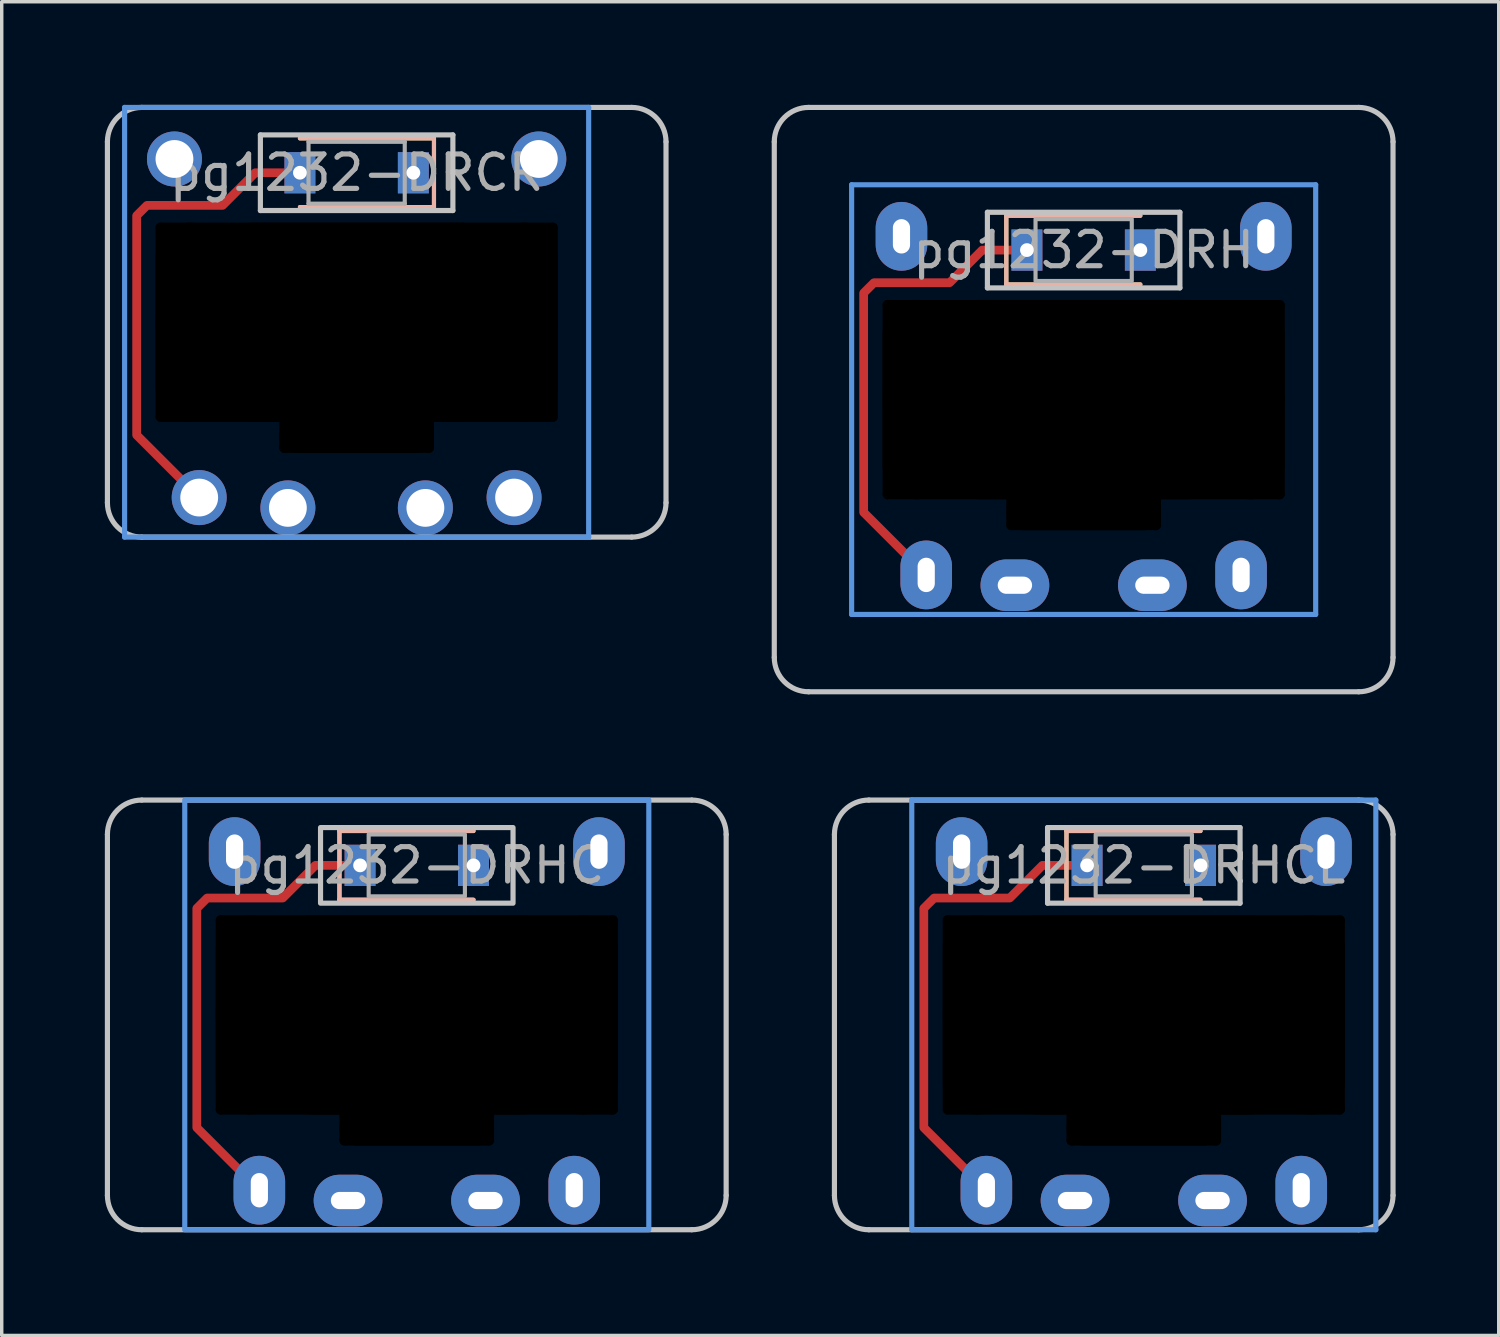
<source format=kicad_pcb>
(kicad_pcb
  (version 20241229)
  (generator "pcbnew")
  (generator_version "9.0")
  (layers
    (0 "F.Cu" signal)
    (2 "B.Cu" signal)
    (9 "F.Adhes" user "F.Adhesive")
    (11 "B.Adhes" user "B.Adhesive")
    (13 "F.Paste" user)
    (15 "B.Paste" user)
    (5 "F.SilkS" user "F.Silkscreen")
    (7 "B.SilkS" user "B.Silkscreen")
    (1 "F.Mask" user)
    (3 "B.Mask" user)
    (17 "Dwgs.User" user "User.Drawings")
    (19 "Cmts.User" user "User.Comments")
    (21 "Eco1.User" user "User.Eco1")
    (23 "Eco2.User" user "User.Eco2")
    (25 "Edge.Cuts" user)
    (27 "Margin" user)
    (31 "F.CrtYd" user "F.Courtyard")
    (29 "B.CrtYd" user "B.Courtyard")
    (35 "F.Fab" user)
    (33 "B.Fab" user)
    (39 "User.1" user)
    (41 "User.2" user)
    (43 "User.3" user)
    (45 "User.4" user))
  (footprint "pg1232-DRCR"
    (layer "F.Cu")
    (at 7.325 1.975)
    (property "Reference" "pg1232-DRCR" (at 0 0 0) (layer "F.Fab") (effects (font (size 1 1) (thickness 0.15))))
    (attr smd)
    (fp_line (start 2.25 -1) (end -1.65 -1) (stroke (width 0.12) (type solid)) (layer "F.SilkS"))
    (fp_line (start 2.25 -1) (end 2.25 1) (stroke (width 0.12) (type solid)) (layer "F.SilkS"))
    (fp_line (start 2.25 1) (end -1.65 1) (stroke (width 0.12) (type solid)) (layer "F.SilkS"))
    (fp_line (start 2.25 -1) (end -1.65 -1) (stroke (width 0.12) (type solid)) (layer "B.SilkS"))
    (fp_line (start 2.25 -1) (end 2.25 1) (stroke (width 0.12) (type solid)) (layer "B.SilkS"))
    (fp_line (start 2.25 1) (end -1.65 1) (stroke (width 0.12) (type solid)) (layer "B.SilkS"))
    (fp_line (start -7.25 9.6) (end -7.25 -0.9) (stroke (width 0.15) (type solid)) (layer "Dwgs.User"))
    (fp_line (start -6.25 -1.9) (end 8 -1.9) (stroke (width 0.15) (type solid)) (layer "Dwgs.User"))
    (fp_line (start -2.8 -1.1) (end -2.8 1.1) (stroke (width 0.15) (type solid)) (layer "Dwgs.User"))
    (fp_line (start -2.8 1.1) (end 2.8 1.1) (stroke (width 0.15) (type solid)) (layer "Dwgs.User"))
    (fp_line (start 2.8 -1.1) (end -2.8 -1.1) (stroke (width 0.15) (type solid)) (layer "Dwgs.User"))
    (fp_line (start 2.8 1.1) (end 2.8 -1.1) (stroke (width 0.15) (type solid)) (layer "Dwgs.User"))
    (fp_line (start 8 10.6) (end -6.25 10.6) (stroke (width 0.15) (type solid)) (layer "Dwgs.User"))
    (fp_line (start 9 -0.9) (end 9 9.6) (stroke (width 0.15) (type solid)) (layer "Dwgs.User"))
    (fp_arc (start -7.25 -0.9) (mid -6.957107 -1.607107) (end -6.25 -1.9) (stroke (width 0.15) (type solid)) (layer "Dwgs.User"))
    (fp_arc (start -6.25 10.6) (mid -6.957107 10.307107) (end -7.25 9.6) (stroke (width 0.15) (type solid)) (layer "Dwgs.User"))
    (fp_arc (start 8 -1.9) (mid 8.707107 -1.607107) (end 9 -0.9) (stroke (width 0.15) (type solid)) (layer "Dwgs.User"))
    (fp_arc (start 9 9.6) (mid 8.707107 10.307107) (end 8 10.6) (stroke (width 0.15) (type solid)) (layer "Dwgs.User"))
    (fp_line (start -6.75 -1.9) (end -6.75 10.6) (stroke (width 0.15) (type solid)) (layer "Cmts.User"))
    (fp_line (start -6.75 10.6) (end 6.75 10.6) (stroke (width 0.15) (type solid)) (layer "Cmts.User"))
    (fp_line (start 6.75 -1.9) (end -6.75 -1.9) (stroke (width 0.15) (type solid)) (layer "Cmts.User"))
    (fp_line (start 6.75 10.6) (end 6.75 -1.9) (stroke (width 0.15) (type solid)) (layer "Cmts.User"))
    (fp_line (start -1.4 -0.9) (end -1.4 0.9) (stroke (width 0.12) (type solid)) (layer "F.Fab"))
    (fp_line (start -1.4 0.9) (end 1.4 0.9) (stroke (width 0.12) (type solid)) (layer "F.Fab"))
    (fp_line (start 1.4 -0.9) (end -1.4 -0.9) (stroke (width 0.12) (type solid)) (layer "F.Fab"))
    (fp_line (start 1.4 0.9) (end 1.4 -0.9) (stroke (width 0.12) (type solid)) (layer "F.Fab"))
    (pad "" np_thru_hole oval (at -5.7 4.35 90) (size 5.8 0.3) (drill oval 5.8 0.3) (layers "*.Mask"))
    (pad "" thru_hole circle (at -5.3 -0.4) (size 1.6 1.6) (drill 1.1) (layers "*.Cu" "*.Mask"))
    (pad "" np_thru_hole oval (at -4.85 4.35) (size 2 5.8) (drill oval 2 5.8) (layers "*.Mask"))
    (pad "" thru_hole circle (at -4.58 9.45) (size 1.6 1.6) (drill 1.1) (layers "*.Cu" "B.Mask"))
    (pad "" np_thru_hole oval (at -2.1 7.6 90) (size 1.1 0.3) (drill oval 1.1 0.3) (layers "*.Mask"))
    (pad "" smd custom (at -1.65 0) (size 0.254 0.254) (layers "F.Cu") (options (anchor circle)) (primitives (gr_line (start -4.75 7.63) (end -2.93 9.45) (width 0.254)) (gr_line (start 0 0) (end -1.3 0) (width 0.254)) (gr_line (start -1.3 0) (end -2.25 0.95) (width 0.254)) (gr_line (start -4.75 1.25) (end -4.75 7.63) (width 0.254)) (gr_line (start -2.25 0.95) (end -4.45 0.95) (width 0.254)) (gr_line (start -4.45 0.95) (end -4.75 1.25) (width 0.254))))
    (pad "" thru_hole rect (at -1.65 0) (size 0.9 1.2) (drill 0.4) (layers "*.Cu" "*.Mask"))
    (pad "" np_thru_hole oval (at 0 1.6) (size 11.7 0.3) (drill oval 11.7 0.3) (layers "*.Mask"))
    (pad "" np_thru_hole oval (at 0 4.35) (size 11.7 5.8) (drill oval 11.7 5.8) (layers "*.Mask"))
    (pad "" np_thru_hole oval (at 0 7.1) (size 11.7 0.3) (drill oval 11.7 0.3) (layers "*.Mask"))
    (pad "" np_thru_hole oval (at 0 7.65) (size 4.5 1) (drill oval 4.5 1) (layers "*.Mask"))
    (pad "" np_thru_hole oval (at 0 8) (size 4.5 0.3) (drill oval 4.5 0.3) (layers "*.Mask"))
    (pad "" np_thru_hole oval (at 2.1 7.6 90) (size 1.1 0.3) (drill oval 1.1 0.3) (layers "*.Mask"))
    (pad "" thru_hole circle (at 4.58 9.45) (size 1.6 1.6) (drill 1.1) (layers "*.Cu" "F.Mask"))
    (pad "" np_thru_hole oval (at 4.85 4.35) (size 2 5.8) (drill oval 2 5.8) (layers "*.Mask"))
    (pad "" thru_hole circle (at 5.3 -0.4) (size 1.6 1.6) (drill 1.1) (layers "*.Cu" "*.Mask"))
    (pad "" np_thru_hole oval (at 5.7 4.35 90) (size 5.8 0.3) (drill oval 5.8 0.3) (layers "*.Mask"))
    (pad "1" thru_hole circle (at -2 9.75) (size 1.6 1.6) (drill 1.1) (layers "*.Cu" "F.Mask"))
    (pad "1" thru_hole circle (at 2 9.75) (size 1.6 1.6) (drill 1.1) (layers "*.Cu" "B.Mask"))
    (pad "2" thru_hole rect (at 1.65 0) (size 0.9 1.2) (drill 0.4) (layers "*.Cu" "*.Mask")))
  (footprint "pg1232-DRH"
    (layer "F.Cu")
    (at 28.475 4.225)
    (property "Reference" "pg1232-DRH" (at 0 0 0) (layer "F.Fab") (effects (font (size 1 1) (thickness 0.15))))
    (attr smd)
    (fp_line (start -2.25 -1) (end -2.25 1) (stroke (width 0.12) (type solid)) (layer "F.SilkS"))
    (fp_line (start -2.25 1) (end 1.65 1) (stroke (width 0.12) (type solid)) (layer "F.SilkS"))
    (fp_line (start 1.65 -1) (end -2.25 -1) (stroke (width 0.12) (type solid)) (layer "F.SilkS"))
    (fp_line (start -2.25 -1) (end -2.25 1) (stroke (width 0.12) (type solid)) (layer "B.SilkS"))
    (fp_line (start -2.25 1) (end 1.65 1) (stroke (width 0.12) (type solid)) (layer "B.SilkS"))
    (fp_line (start 1.65 -1) (end -2.25 -1) (stroke (width 0.12) (type solid)) (layer "B.SilkS"))
    (fp_line (start -9 11.85) (end -9 -3.15) (stroke (width 0.15) (type solid)) (layer "Dwgs.User"))
    (fp_line (start -8 -4.15) (end 8 -4.15) (stroke (width 0.15) (type solid)) (layer "Dwgs.User"))
    (fp_line (start -2.8 -1.1) (end -2.8 1.1) (stroke (width 0.15) (type solid)) (layer "Dwgs.User"))
    (fp_line (start -2.8 1.1) (end 2.8 1.1) (stroke (width 0.15) (type solid)) (layer "Dwgs.User"))
    (fp_line (start 2.8 -1.1) (end -2.8 -1.1) (stroke (width 0.15) (type solid)) (layer "Dwgs.User"))
    (fp_line (start 2.8 1.1) (end 2.8 -1.1) (stroke (width 0.15) (type solid)) (layer "Dwgs.User"))
    (fp_line (start 8 12.85) (end -8 12.85) (stroke (width 0.15) (type solid)) (layer "Dwgs.User"))
    (fp_line (start 9 -3.15) (end 9 11.85) (stroke (width 0.15) (type solid)) (layer "Dwgs.User"))
    (fp_arc (start -9 -3.15) (mid -8.707107 -3.857107) (end -8 -4.15) (stroke (width 0.15) (type solid)) (layer "Dwgs.User"))
    (fp_arc (start -8 12.85) (mid -8.707107 12.557107) (end -9 11.85) (stroke (width 0.15) (type solid)) (layer "Dwgs.User"))
    (fp_arc (start 8 -4.15) (mid 8.707107 -3.857107) (end 9 -3.15) (stroke (width 0.15) (type solid)) (layer "Dwgs.User"))
    (fp_arc (start 9 11.85) (mid 8.707107 12.557107) (end 8 12.85) (stroke (width 0.15) (type solid)) (layer "Dwgs.User"))
    (fp_line (start -6.75 -1.9) (end -6.75 10.6) (stroke (width 0.15) (type solid)) (layer "Cmts.User"))
    (fp_line (start -6.75 10.6) (end 6.75 10.6) (stroke (width 0.15) (type solid)) (layer "Cmts.User"))
    (fp_line (start 6.75 -1.9) (end -6.75 -1.9) (stroke (width 0.15) (type solid)) (layer "Cmts.User"))
    (fp_line (start 6.75 10.6) (end 6.75 -1.9) (stroke (width 0.15) (type solid)) (layer "Cmts.User"))
    (fp_rect (start 1.4 0.9) (end -1.4 -0.9) (stroke (width 0.12) (type solid)) (fill no) (layer "F.Fab"))
    (pad "" np_thru_hole oval (at -5.7 4.35 90) (size 5.8 0.3) (drill oval 5.8 0.3) (layers "*.Mask"))
    (pad "" np_thru_hole oval (at -4.85 4.35) (size 2 5.8) (drill oval 2 5.8) (layers "*.Mask"))
    (pad "" np_thru_hole oval (at -2.1 7.6 90) (size 1.1 0.3) (drill oval 1.1 0.3) (layers "*.Mask"))
    (pad "" np_thru_hole oval (at 0 1.6) (size 11.7 0.3) (drill oval 11.7 0.3) (layers "*.Mask"))
    (pad "" np_thru_hole oval (at 0 4.35) (size 11.7 5.8) (drill oval 11.7 5.8) (layers "*.Mask"))
    (pad "" np_thru_hole oval (at 0 7.1) (size 11.7 0.3) (drill oval 11.7 0.3) (layers "*.Mask"))
    (pad "" np_thru_hole oval (at 0 7.65) (size 4.5 1) (drill oval 4.5 1) (layers "*.Mask"))
    (pad "" np_thru_hole oval (at 0 8) (size 4.5 0.3) (drill oval 4.5 0.3) (layers "*.Mask"))
    (pad "" np_thru_hole oval (at 2.1 7.6 90) (size 1.1 0.3) (drill oval 1.1 0.3) (layers "*.Mask"))
    (pad "" np_thru_hole oval (at 4.85 4.35) (size 2 5.8) (drill oval 2 5.8) (layers "*.Mask"))
    (pad "" np_thru_hole oval (at 5.7 4.35 90) (size 5.8 0.3) (drill oval 5.8 0.3) (layers "*.Mask"))
    (pad "1" thru_hole oval (at -2 9.75) (size 2 1.5) (drill oval 1 0.5) (layers "*.Cu" "F.Mask"))
    (pad "1" thru_hole oval (at 2 9.75) (size 2 1.5) (drill oval 1 0.5) (layers "*.Cu" "B.Mask"))
    (pad "2" thru_hole rect (at 1.65 0) (size 0.9 1.2) (drill 0.4) (layers "*.Cu" "*.Mask"))
    (pad "3" thru_hole oval (at -4.58 9.45 90) (size 2 1.5) (drill oval 1 0.5) (layers "*.Cu" "B.Mask"))
    (pad "3" smd custom (at -1.65 0) (size 0.254 0.254) (layers "F.Cu") (options (anchor circle)) (primitives (gr_line (start 0 0) (end -1.3 0) (width 0.254)) (gr_line (start -1.3 0) (end -2.25 0.95) (width 0.254)) (gr_line (start -2.25 0.95) (end -4.45 0.95) (width 0.254)) (gr_line (start -4.45 0.95) (end -4.75 1.25) (width 0.254)) (gr_line (start -4.75 1.25) (end -4.75 7.63) (width 0.254)) (gr_line (start -4.75 7.63) (end -2.93 9.45) (width 0.254))))
    (pad "3" thru_hole rect (at -1.65 0) (size 0.9 1.2) (drill 0.4) (layers "*.Cu" "*.Mask"))
    (pad "3" thru_hole oval (at 4.58 9.45 90) (size 2 1.5) (drill oval 1 0.5) (layers "*.Cu" "F.Mask"))
    (pad "4" thru_hole oval (at 5.3 -0.4 90) (size 2 1.5) (drill oval 1 0.5) (layers "*.Cu" "*.Mask"))
    (pad "5" thru_hole oval (at -5.3 -0.4 90) (size 2 1.5) (drill oval 1 0.5) (layers "*.Cu" "*.Mask")))
  (footprint "pg1232-DRHCL"
    (layer "F.Cu")
    (at 30.225 22.125)
    (property "Reference" "pg1232-DRHCL" (at 0 0 0) (layer "F.Fab") (effects (font (size 1 1) (thickness 0.15))))
    (attr smd)
    (fp_line (start -2.25 -1) (end -2.25 1) (stroke (width 0.12) (type solid)) (layer "F.SilkS"))
    (fp_line (start -2.25 1) (end 1.65 1) (stroke (width 0.12) (type solid)) (layer "F.SilkS"))
    (fp_line (start 1.65 -1) (end -2.25 -1) (stroke (width 0.12) (type solid)) (layer "F.SilkS"))
    (fp_line (start -2.25 -1) (end -2.25 1) (stroke (width 0.12) (type solid)) (layer "B.SilkS"))
    (fp_line (start -2.25 1) (end 1.65 1) (stroke (width 0.12) (type solid)) (layer "B.SilkS"))
    (fp_line (start 1.65 -1) (end -2.25 -1) (stroke (width 0.12) (type solid)) (layer "B.SilkS"))
    (fp_line (start -9 9.6) (end -9 -0.9) (stroke (width 0.15) (type solid)) (layer "Dwgs.User"))
    (fp_line (start -8 -1.9) (end 6.25 -1.9) (stroke (width 0.15) (type solid)) (layer "Dwgs.User"))
    (fp_line (start -2.8 -1.1) (end -2.8 1.1) (stroke (width 0.15) (type solid)) (layer "Dwgs.User"))
    (fp_line (start -2.8 1.1) (end 2.8 1.1) (stroke (width 0.15) (type solid)) (layer "Dwgs.User"))
    (fp_line (start 2.8 -1.1) (end -2.8 -1.1) (stroke (width 0.15) (type solid)) (layer "Dwgs.User"))
    (fp_line (start 2.8 1.1) (end 2.8 -1.1) (stroke (width 0.15) (type solid)) (layer "Dwgs.User"))
    (fp_line (start 6.25 10.6) (end -8 10.6) (stroke (width 0.15) (type solid)) (layer "Dwgs.User"))
    (fp_line (start 7.25 -0.9) (end 7.25 9.6) (stroke (width 0.15) (type solid)) (layer "Dwgs.User"))
    (fp_arc (start -9 -0.9) (mid -8.707107 -1.607107) (end -8 -1.9) (stroke (width 0.15) (type solid)) (layer "Dwgs.User"))
    (fp_arc (start -8 10.6) (mid -8.707107 10.307107) (end -9 9.6) (stroke (width 0.15) (type solid)) (layer "Dwgs.User"))
    (fp_arc (start 6.25 -1.9) (mid 6.957107 -1.607107) (end 7.25 -0.9) (stroke (width 0.15) (type solid)) (layer "Dwgs.User"))
    (fp_arc (start 7.25 9.6) (mid 6.957107 10.307107) (end 6.25 10.6) (stroke (width 0.15) (type solid)) (layer "Dwgs.User"))
    (fp_line (start -6.75 -1.9) (end -6.75 10.6) (stroke (width 0.15) (type solid)) (layer "Cmts.User"))
    (fp_line (start -6.75 10.6) (end 6.75 10.6) (stroke (width 0.15) (type solid)) (layer "Cmts.User"))
    (fp_line (start 6.75 -1.9) (end -6.75 -1.9) (stroke (width 0.15) (type solid)) (layer "Cmts.User"))
    (fp_line (start 6.75 10.6) (end 6.75 -1.9) (stroke (width 0.15) (type solid)) (layer "Cmts.User"))
    (fp_rect (start 1.4 0.9) (end -1.4 -0.9) (stroke (width 0.12) (type solid)) (fill no) (layer "F.Fab"))
    (pad "" np_thru_hole oval (at -5.7 4.35 90) (size 5.8 0.3) (drill oval 5.8 0.3) (layers "*.Mask"))
    (pad "" np_thru_hole oval (at -4.85 4.35) (size 2 5.8) (drill oval 2 5.8) (layers "*.Mask"))
    (pad "" np_thru_hole oval (at -2.1 7.6 90) (size 1.1 0.3) (drill oval 1.1 0.3) (layers "*.Mask"))
    (pad "" np_thru_hole oval (at 0 1.6) (size 11.7 0.3) (drill oval 11.7 0.3) (layers "*.Mask"))
    (pad "" np_thru_hole oval (at 0 4.35) (size 11.7 5.8) (drill oval 11.7 5.8) (layers "*.Mask"))
    (pad "" np_thru_hole oval (at 0 7.1) (size 11.7 0.3) (drill oval 11.7 0.3) (layers "*.Mask"))
    (pad "" np_thru_hole oval (at 0 7.65) (size 4.5 1) (drill oval 4.5 1) (layers "*.Mask"))
    (pad "" np_thru_hole oval (at 0 8) (size 4.5 0.3) (drill oval 4.5 0.3) (layers "*.Mask"))
    (pad "" np_thru_hole oval (at 2.1 7.6 90) (size 1.1 0.3) (drill oval 1.1 0.3) (layers "*.Mask"))
    (pad "" np_thru_hole oval (at 4.85 4.35) (size 2 5.8) (drill oval 2 5.8) (layers "*.Mask"))
    (pad "" np_thru_hole oval (at 5.7 4.35 90) (size 5.8 0.3) (drill oval 5.8 0.3) (layers "*.Mask"))
    (pad "1" thru_hole oval (at -2 9.75) (size 2 1.5) (drill oval 1 0.5) (layers "*.Cu" "F.Mask"))
    (pad "1" thru_hole oval (at 2 9.75) (size 2 1.5) (drill oval 1 0.5) (layers "*.Cu" "B.Mask"))
    (pad "2" thru_hole rect (at 1.65 0) (size 0.9 1.2) (drill 0.4) (layers "*.Cu" "*.Mask"))
    (pad "3" thru_hole oval (at -4.58 9.45 90) (size 2 1.5) (drill oval 1 0.5) (layers "*.Cu" "B.Mask"))
    (pad "3" smd custom (at -1.65 0) (size 0.254 0.254) (layers "F.Cu") (options (anchor circle)) (primitives (gr_line (start 0 0) (end -1.3 0) (width 0.254)) (gr_line (start -1.3 0) (end -2.25 0.95) (width 0.254)) (gr_line (start -2.25 0.95) (end -4.45 0.95) (width 0.254)) (gr_line (start -4.45 0.95) (end -4.75 1.25) (width 0.254)) (gr_line (start -4.75 1.25) (end -4.75 7.63) (width 0.254)) (gr_line (start -4.75 7.63) (end -2.93 9.45) (width 0.254))))
    (pad "3" thru_hole rect (at -1.65 0) (size 0.9 1.2) (drill 0.4) (layers "*.Cu" "*.Mask"))
    (pad "3" thru_hole oval (at 4.58 9.45 90) (size 2 1.5) (drill oval 1 0.5) (layers "*.Cu" "F.Mask"))
    (pad "4" thru_hole oval (at 5.3 -0.4 90) (size 2 1.5) (drill oval 1 0.5) (layers "*.Cu" "*.Mask"))
    (pad "5" thru_hole oval (at -5.3 -0.4 90) (size 2 1.5) (drill oval 1 0.5) (layers "*.Cu" "*.Mask")))
  (footprint "pg1232-DRHC"
    (layer "F.Cu")
    (at 9.075 22.125)
    (property "Reference" "pg1232-DRHC" (at 0 0 0) (layer "F.Fab") (effects (font (size 1 1) (thickness 0.15))))
    (attr smd)
    (fp_line (start -2.25 -1) (end -2.25 1) (stroke (width 0.12) (type solid)) (layer "F.SilkS"))
    (fp_line (start -2.25 1) (end 1.65 1) (stroke (width 0.12) (type solid)) (layer "F.SilkS"))
    (fp_line (start 1.65 -1) (end -2.25 -1) (stroke (width 0.12) (type solid)) (layer "F.SilkS"))
    (fp_line (start -2.25 -1) (end -2.25 1) (stroke (width 0.12) (type solid)) (layer "B.SilkS"))
    (fp_line (start -2.25 1) (end 1.65 1) (stroke (width 0.12) (type solid)) (layer "B.SilkS"))
    (fp_line (start 1.65 -1) (end -2.25 -1) (stroke (width 0.12) (type solid)) (layer "B.SilkS"))
    (fp_line (start -9 9.6) (end -9 -0.9) (stroke (width 0.15) (type solid)) (layer "Dwgs.User"))
    (fp_line (start -8 -1.9) (end 8 -1.9) (stroke (width 0.15) (type solid)) (layer "Dwgs.User"))
    (fp_line (start 8 10.6) (end -8 10.6) (stroke (width 0.15) (type solid)) (layer "Dwgs.User"))
    (fp_line (start 9 -0.9) (end 9 9.6) (stroke (width 0.15) (type solid)) (layer "Dwgs.User"))
    (fp_rect (start 2.8 1.1) (end -2.8 -1.1) (stroke (width 0.15) (type solid)) (fill no) (layer "Dwgs.User"))
    (fp_arc (start -9 -0.9) (mid -8.707107 -1.607107) (end -8 -1.9) (stroke (width 0.15) (type solid)) (layer "Dwgs.User"))
    (fp_arc (start -8 10.6) (mid -8.707107 10.307107) (end -9 9.6) (stroke (width 0.15) (type solid)) (layer "Dwgs.User"))
    (fp_arc (start 8 -1.9) (mid 8.707107 -1.607107) (end 9 -0.9) (stroke (width 0.15) (type solid)) (layer "Dwgs.User"))
    (fp_arc (start 9 9.6) (mid 8.707107 10.307107) (end 8 10.6) (stroke (width 0.15) (type solid)) (layer "Dwgs.User"))
    (fp_rect (start 6.75 10.6) (end -6.75 -1.9) (stroke (width 0.15) (type solid)) (fill no) (layer "Cmts.User"))
    (fp_rect (start 1.4 0.9) (end -1.4 -0.9) (stroke (width 0.12) (type solid)) (fill no) (layer "F.Fab"))
    (pad "" np_thru_hole oval (at -5.7 4.35 90) (size 5.8 0.3) (drill oval 5.8 0.3) (layers "*.Mask"))
    (pad "" np_thru_hole oval (at -4.85 4.35) (size 2 5.8) (drill oval 2 5.8) (layers "*.Mask"))
    (pad "" np_thru_hole oval (at -2.1 7.6 90) (size 1.1 0.3) (drill oval 1.1 0.3) (layers "*.Mask"))
    (pad "" np_thru_hole oval (at 0 1.6) (size 11.7 0.3) (drill oval 11.7 0.3) (layers "*.Mask"))
    (pad "" np_thru_hole oval (at 0 4.35) (size 11.7 5.8) (drill oval 11.7 5.8) (layers "*.Mask"))
    (pad "" np_thru_hole oval (at 0 7.1) (size 11.7 0.3) (drill oval 11.7 0.3) (layers "*.Mask"))
    (pad "" np_thru_hole oval (at 0 7.65) (size 4.5 1) (drill oval 4.5 1) (layers "*.Mask"))
    (pad "" np_thru_hole oval (at 0 8) (size 4.5 0.3) (drill oval 4.5 0.3) (layers "*.Mask"))
    (pad "" np_thru_hole oval (at 2.1 7.6 90) (size 1.1 0.3) (drill oval 1.1 0.3) (layers "*.Mask"))
    (pad "" np_thru_hole oval (at 4.85 4.35) (size 2 5.8) (drill oval 2 5.8) (layers "*.Mask"))
    (pad "" np_thru_hole oval (at 5.7 4.35 90) (size 5.8 0.3) (drill oval 5.8 0.3) (layers "*.Mask"))
    (pad "1" thru_hole oval (at -2 9.75) (size 2 1.5) (drill oval 1 0.5) (layers "*.Cu" "F.Mask"))
    (pad "1" thru_hole oval (at 2 9.75) (size 2 1.5) (drill oval 1 0.5) (layers "*.Cu" "B.Mask"))
    (pad "2" thru_hole rect (at 1.65 0) (size 0.9 1.2) (drill 0.4) (layers "*.Cu" "*.Mask"))
    (pad "3" thru_hole oval (at -4.58 9.45 90) (size 2 1.5) (drill oval 1 0.5) (layers "*.Cu" "B.Mask"))
    (pad "3" smd custom (at -1.65 0) (size 0.254 0.254) (layers "F.Cu") (options (anchor circle)) (primitives (gr_line (start 0 0) (end -1.3 0) (width 0.254)) (gr_line (start -1.3 0) (end -2.25 0.95) (width 0.254)) (gr_line (start -2.25 0.95) (end -4.45 0.95) (width 0.254)) (gr_line (start -4.45 0.95) (end -4.75 1.25) (width 0.254)) (gr_line (start -4.75 1.25) (end -4.75 7.63) (width 0.254)) (gr_line (start -4.75 7.63) (end -2.93 9.45) (width 0.254))))
    (pad "3" thru_hole rect (at -1.65 0) (size 0.9 1.2) (drill 0.4) (layers "*.Cu" "*.Mask"))
    (pad "3" thru_hole oval (at 4.58 9.45 90) (size 2 1.5) (drill oval 1 0.5) (layers "*.Cu" "F.Mask"))
    (pad "4" thru_hole oval (at 5.3 -0.4 90) (size 2 1.5) (drill oval 1 0.5) (layers "*.Cu" "*.Mask"))
    (pad "5" thru_hole oval (at -5.3 -0.4 90) (size 2 1.5) (drill oval 1 0.5) (layers "*.Cu" "*.Mask")))
  (gr_rect
    (start -3 -3)
    (end 40.55 35.8)
    (stroke (width 0.1) (type default))
    (fill no)
    (layer "Edge.Cuts")))
</source>
